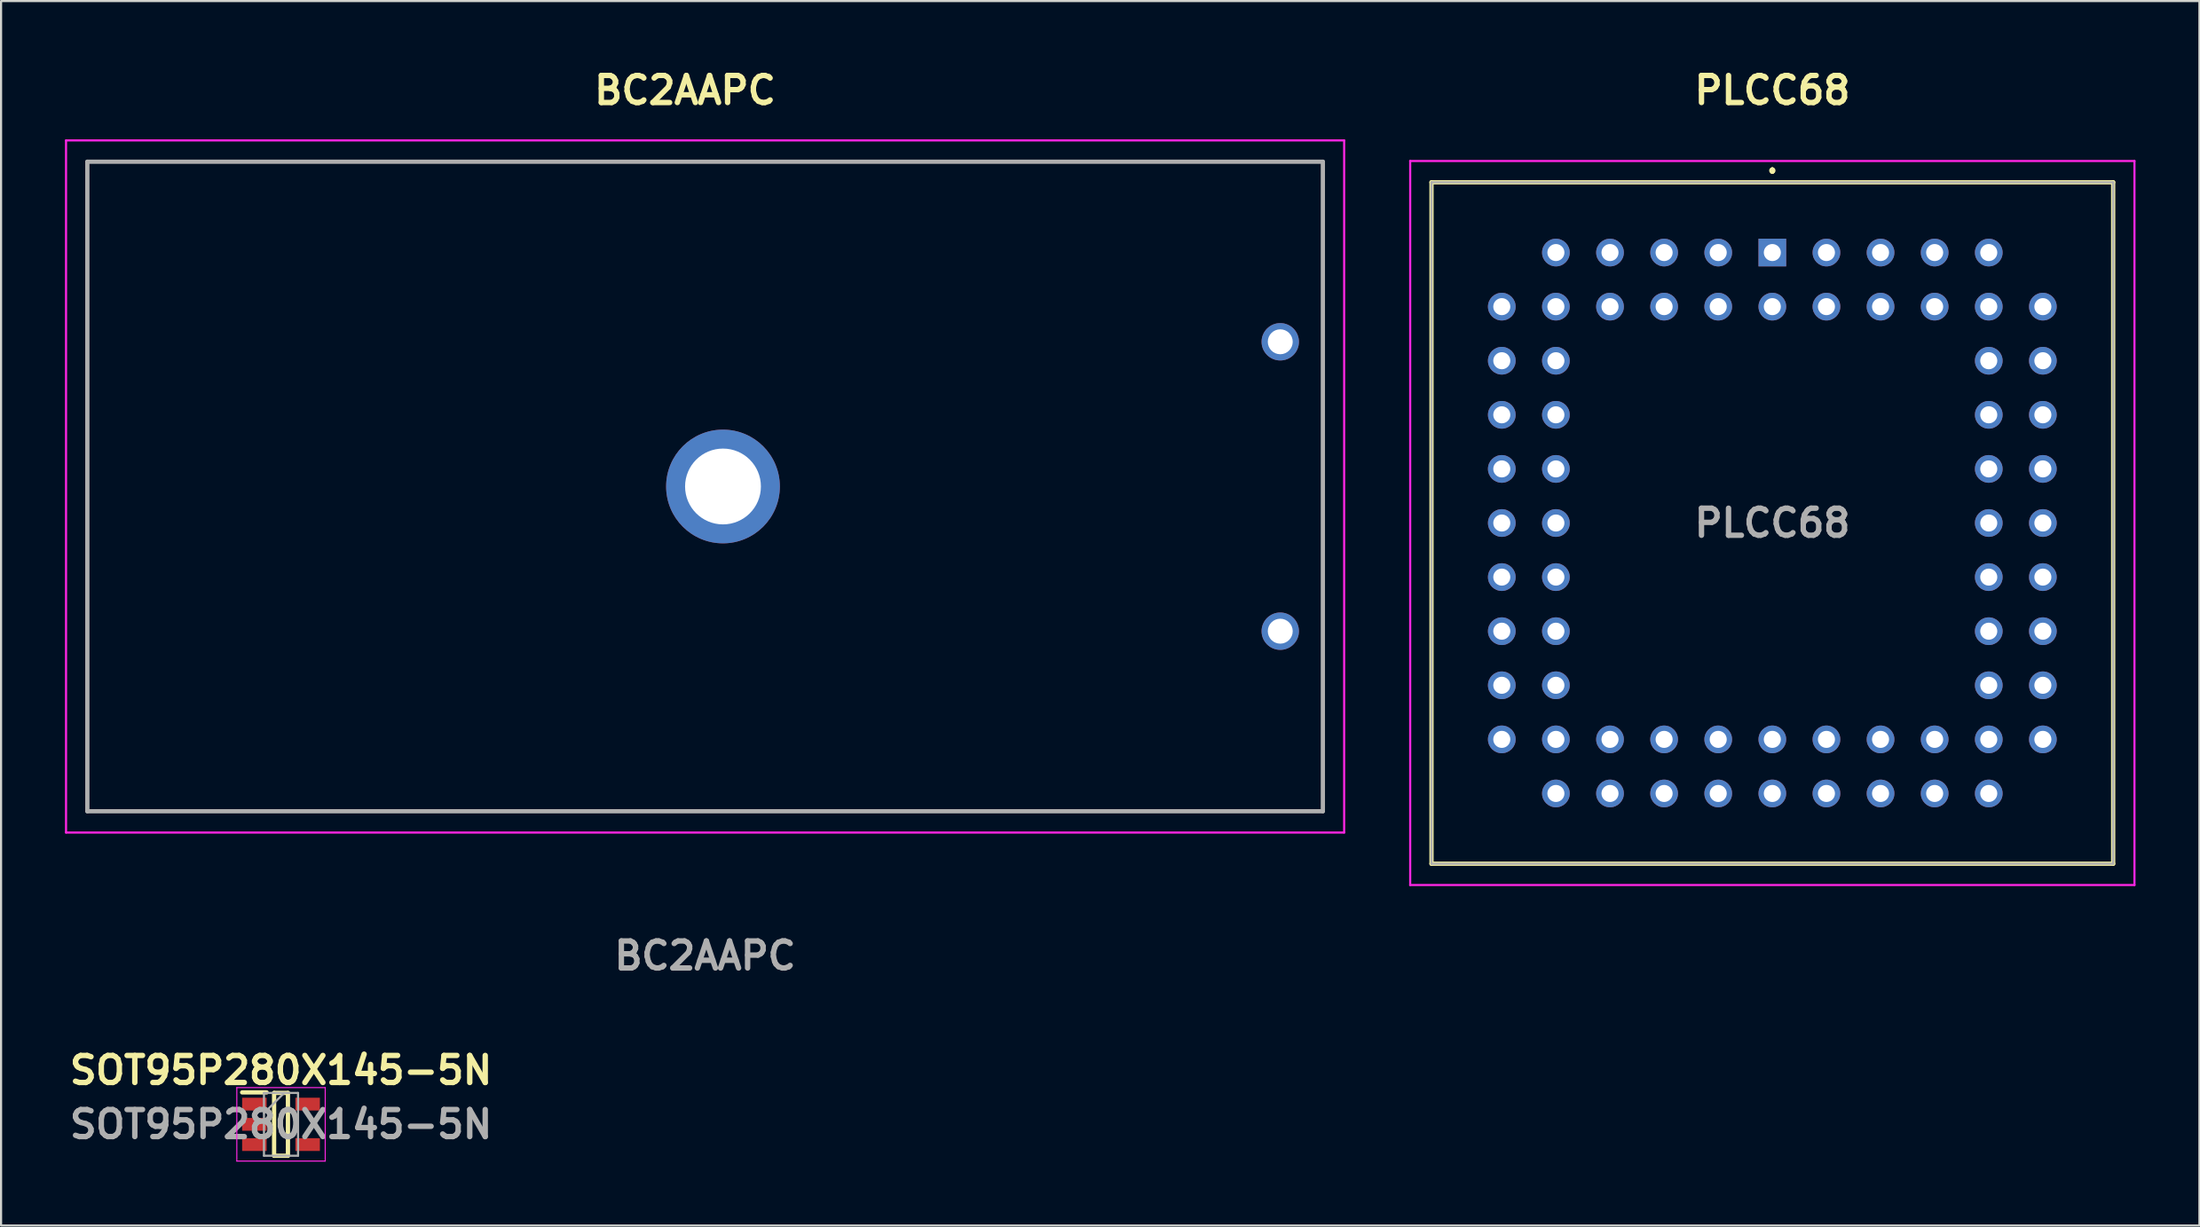
<source format=kicad_pcb>
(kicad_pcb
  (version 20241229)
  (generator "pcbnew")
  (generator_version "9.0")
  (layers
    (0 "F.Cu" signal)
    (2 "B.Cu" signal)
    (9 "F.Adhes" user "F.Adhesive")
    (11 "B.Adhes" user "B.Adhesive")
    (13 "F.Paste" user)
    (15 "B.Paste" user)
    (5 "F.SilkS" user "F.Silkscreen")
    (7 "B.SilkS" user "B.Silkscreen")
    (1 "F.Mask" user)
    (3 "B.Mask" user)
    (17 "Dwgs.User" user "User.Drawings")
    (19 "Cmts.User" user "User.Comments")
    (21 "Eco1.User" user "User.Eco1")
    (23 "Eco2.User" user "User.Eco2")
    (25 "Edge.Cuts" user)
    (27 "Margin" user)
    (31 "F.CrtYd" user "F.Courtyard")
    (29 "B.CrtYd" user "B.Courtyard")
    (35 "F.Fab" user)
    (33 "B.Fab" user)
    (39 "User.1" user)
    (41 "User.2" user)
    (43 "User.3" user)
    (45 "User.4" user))
  (footprint "BC2AAPC"
    (layer "F.Cu")
    (at 57.05 26.589)
    (property "Reference" "BC2AAPC" (at -27.94 -25.4 0) (layer "F.SilkS") (effects (font (size 1.27 1.27) (thickness 0.254))))
    (attr through_hole)
    (fp_line (start -56 -22.045) (end 2 -22.045) (stroke (width 0.1) (type solid)) (layer "F.SilkS"))
    (fp_line (start -56 8.445) (end -56 -22.045) (stroke (width 0.1) (type solid)) (layer "F.SilkS"))
    (fp_line (start 2 -22.045) (end 2 8.445) (stroke (width 0.1) (type solid)) (layer "F.SilkS"))
    (fp_line (start 2 8.445) (end -56 8.445) (stroke (width 0.1) (type solid)) (layer "F.SilkS"))
    (fp_line (start -57 -23.045) (end 3 -23.045) (stroke (width 0.1) (type solid)) (layer "F.CrtYd"))
    (fp_line (start -57 9.455) (end -57 -23.045) (stroke (width 0.1) (type solid)) (layer "F.CrtYd"))
    (fp_line (start 3 -23.045) (end 3 9.455) (stroke (width 0.1) (type solid)) (layer "F.CrtYd"))
    (fp_line (start 3 9.455) (end -57 9.455) (stroke (width 0.1) (type solid)) (layer "F.CrtYd"))
    (fp_line (start -56 -22.045) (end 2 -22.045) (stroke (width 0.2) (type solid)) (layer "F.Fab"))
    (fp_line (start -56 8.455) (end -56 -22.045) (stroke (width 0.2) (type solid)) (layer "F.Fab"))
    (fp_line (start 2 -22.045) (end 2 8.455) (stroke (width 0.2) (type solid)) (layer "F.Fab"))
    (fp_line (start 2 8.455) (end -56 8.455) (stroke (width 0.2) (type solid)) (layer "F.Fab"))
    (fp_text user "${REFERENCE}" (at -27 15.24 0) (layer "F.Fab") (effects (font (size 1.27 1.27) (thickness 0.254))))
    (pad "1" thru_hole circle (at 0 0) (size 1.755 1.755) (drill 1.17) (layers "*.Cu" "*.Mask"))
    (pad "2" thru_hole circle (at 0 -13.59) (size 1.755 1.755) (drill 1.17) (layers "*.Cu" "*.Mask"))
    (pad "MH1" thru_hole circle (at -26.16 -6.795) (size 5.34 5.34) (drill 3.56) (layers "*.Cu" "*.Mask")))
  (footprint "PLCC68"
    (layer "F.Cu")
    (at 80.15 8.809)
    (property "Reference" "PLCC68" (at 0 -7.62 0) (layer "F.SilkS") (effects (font (size 1.27 1.27) (thickness 0.254))))
    (attr through_hole)
    (fp_line (start -16 -3.3) (end 16 -3.3) (stroke (width 0.2) (type solid)) (layer "F.SilkS"))
    (fp_line (start -16 28.7) (end -16 -3.3) (stroke (width 0.2) (type solid)) (layer "F.SilkS"))
    (fp_line (start 0 -3.9) (end 0 -3.9) (stroke (width 0.2) (type solid)) (layer "F.SilkS"))
    (fp_line (start 0 -3.9) (end 0 -3.8) (stroke (width 0.2) (type solid)) (layer "F.SilkS"))
    (fp_line (start 0 -3.8) (end 0 -3.8) (stroke (width 0.2) (type solid)) (layer "F.SilkS"))
    (fp_line (start 16 -3.3) (end 16 28.7) (stroke (width 0.2) (type solid)) (layer "F.SilkS"))
    (fp_line (start 16 28.7) (end -16 28.7) (stroke (width 0.2) (type solid)) (layer "F.SilkS"))
    (fp_arc (start 0 -3.9) (mid 0.05 -3.85) (end 0 -3.8) (stroke (width 0.2) (type solid)) (layer "F.SilkS"))
    (fp_arc (start 0 -3.8) (mid -0.05 -3.85) (end 0 -3.9) (stroke (width 0.2) (type solid)) (layer "F.SilkS"))
    (fp_line (start -17 -4.3) (end 17 -4.3) (stroke (width 0.1) (type solid)) (layer "F.CrtYd"))
    (fp_line (start -17 29.7) (end -17 -4.3) (stroke (width 0.1) (type solid)) (layer "F.CrtYd"))
    (fp_line (start 17 -4.3) (end 17 29.7) (stroke (width 0.1) (type solid)) (layer "F.CrtYd"))
    (fp_line (start 17 29.7) (end -17 29.7) (stroke (width 0.1) (type solid)) (layer "F.CrtYd"))
    (fp_line (start -16 -3.3) (end -16 28.7) (stroke (width 0.1) (type solid)) (layer "F.Fab"))
    (fp_line (start -16 28.7) (end 16 28.7) (stroke (width 0.1) (type solid)) (layer "F.Fab"))
    (fp_line (start 16 -3.3) (end -16 -3.3) (stroke (width 0.1) (type solid)) (layer "F.Fab"))
    (fp_line (start 16 28.7) (end 16 -3.3) (stroke (width 0.1) (type solid)) (layer "F.Fab"))
    (fp_text user "${REFERENCE}" (at 0 12.7 0) (layer "F.Fab") (effects (font (size 1.27 1.27) (thickness 0.254))))
    (pad "1" thru_hole rect (at 0 0) (size 1.3 1.3) (drill 0.8) (layers "*.Cu" "*.Mask"))
    (pad "2" thru_hole circle (at 0 2.54) (size 1.3 1.3) (drill 0.8) (layers "*.Cu" "*.Mask"))
    (pad "3" thru_hole circle (at -2.54 0) (size 1.3 1.3) (drill 0.8) (layers "*.Cu" "*.Mask"))
    (pad "4" thru_hole circle (at -2.54 2.54) (size 1.3 1.3) (drill 0.8) (layers "*.Cu" "*.Mask"))
    (pad "5" thru_hole circle (at -5.08 0) (size 1.3 1.3) (drill 0.8) (layers "*.Cu" "*.Mask"))
    (pad "6" thru_hole circle (at -5.08 2.54) (size 1.3 1.3) (drill 0.8) (layers "*.Cu" "*.Mask"))
    (pad "7" thru_hole circle (at -7.62 0) (size 1.3 1.3) (drill 0.8) (layers "*.Cu" "*.Mask"))
    (pad "8" thru_hole circle (at -7.62 2.54) (size 1.3 1.3) (drill 0.8) (layers "*.Cu" "*.Mask"))
    (pad "9" thru_hole circle (at -10.16 0) (size 1.3 1.3) (drill 0.8) (layers "*.Cu" "*.Mask"))
    (pad "10" thru_hole circle (at -12.7 2.54) (size 1.3 1.3) (drill 0.8) (layers "*.Cu" "*.Mask"))
    (pad "11" thru_hole circle (at -10.16 2.54) (size 1.3 1.3) (drill 0.8) (layers "*.Cu" "*.Mask"))
    (pad "12" thru_hole circle (at -12.7 5.08) (size 1.3 1.3) (drill 0.8) (layers "*.Cu" "*.Mask"))
    (pad "13" thru_hole circle (at -10.16 5.08) (size 1.3 1.3) (drill 0.8) (layers "*.Cu" "*.Mask"))
    (pad "14" thru_hole circle (at -12.7 7.62) (size 1.3 1.3) (drill 0.8) (layers "*.Cu" "*.Mask"))
    (pad "15" thru_hole circle (at -10.16 7.62) (size 1.3 1.3) (drill 0.8) (layers "*.Cu" "*.Mask"))
    (pad "16" thru_hole circle (at -12.7 10.16) (size 1.3 1.3) (drill 0.8) (layers "*.Cu" "*.Mask"))
    (pad "17" thru_hole circle (at -10.16 10.16) (size 1.3 1.3) (drill 0.8) (layers "*.Cu" "*.Mask"))
    (pad "18" thru_hole circle (at -12.7 12.7) (size 1.3 1.3) (drill 0.8) (layers "*.Cu" "*.Mask"))
    (pad "19" thru_hole circle (at -10.16 12.7) (size 1.3 1.3) (drill 0.8) (layers "*.Cu" "*.Mask"))
    (pad "20" thru_hole circle (at -12.7 15.24) (size 1.3 1.3) (drill 0.8) (layers "*.Cu" "*.Mask"))
    (pad "21" thru_hole circle (at -10.16 15.24) (size 1.3 1.3) (drill 0.8) (layers "*.Cu" "*.Mask"))
    (pad "22" thru_hole circle (at -12.7 17.78) (size 1.3 1.3) (drill 0.8) (layers "*.Cu" "*.Mask"))
    (pad "23" thru_hole circle (at -10.16 17.78) (size 1.3 1.3) (drill 0.8) (layers "*.Cu" "*.Mask"))
    (pad "24" thru_hole circle (at -12.7 20.32) (size 1.3 1.3) (drill 0.8) (layers "*.Cu" "*.Mask"))
    (pad "25" thru_hole circle (at -10.16 20.32) (size 1.3 1.3) (drill 0.8) (layers "*.Cu" "*.Mask"))
    (pad "26" thru_hole circle (at -12.7 22.86) (size 1.3 1.3) (drill 0.8) (layers "*.Cu" "*.Mask"))
    (pad "27" thru_hole circle (at -10.16 25.4) (size 1.3 1.3) (drill 0.8) (layers "*.Cu" "*.Mask"))
    (pad "28" thru_hole circle (at -10.16 22.86) (size 1.3 1.3) (drill 0.8) (layers "*.Cu" "*.Mask"))
    (pad "29" thru_hole circle (at -7.62 25.4) (size 1.3 1.3) (drill 0.8) (layers "*.Cu" "*.Mask"))
    (pad "30" thru_hole circle (at -7.62 22.86) (size 1.3 1.3) (drill 0.8) (layers "*.Cu" "*.Mask"))
    (pad "31" thru_hole circle (at -5.08 25.4) (size 1.3 1.3) (drill 0.8) (layers "*.Cu" "*.Mask"))
    (pad "32" thru_hole circle (at -5.08 22.86) (size 1.3 1.3) (drill 0.8) (layers "*.Cu" "*.Mask"))
    (pad "33" thru_hole circle (at -2.54 25.4) (size 1.3 1.3) (drill 0.8) (layers "*.Cu" "*.Mask"))
    (pad "34" thru_hole circle (at -2.54 22.86) (size 1.3 1.3) (drill 0.8) (layers "*.Cu" "*.Mask"))
    (pad "35" thru_hole circle (at 0 25.4) (size 1.3 1.3) (drill 0.8) (layers "*.Cu" "*.Mask"))
    (pad "36" thru_hole circle (at 0 22.86) (size 1.3 1.3) (drill 0.8) (layers "*.Cu" "*.Mask"))
    (pad "37" thru_hole circle (at 2.54 25.4) (size 1.3 1.3) (drill 0.8) (layers "*.Cu" "*.Mask"))
    (pad "38" thru_hole circle (at 2.54 22.86) (size 1.3 1.3) (drill 0.8) (layers "*.Cu" "*.Mask"))
    (pad "39" thru_hole circle (at 5.08 25.4) (size 1.3 1.3) (drill 0.8) (layers "*.Cu" "*.Mask"))
    (pad "40" thru_hole circle (at 5.08 22.86) (size 1.3 1.3) (drill 0.8) (layers "*.Cu" "*.Mask"))
    (pad "41" thru_hole circle (at 7.62 25.4) (size 1.3 1.3) (drill 0.8) (layers "*.Cu" "*.Mask"))
    (pad "42" thru_hole circle (at 7.62 22.86) (size 1.3 1.3) (drill 0.8) (layers "*.Cu" "*.Mask"))
    (pad "43" thru_hole circle (at 10.16 25.4) (size 1.3 1.3) (drill 0.8) (layers "*.Cu" "*.Mask"))
    (pad "44" thru_hole circle (at 12.7 22.86) (size 1.3 1.3) (drill 0.8) (layers "*.Cu" "*.Mask"))
    (pad "45" thru_hole circle (at 10.16 22.86) (size 1.3 1.3) (drill 0.8) (layers "*.Cu" "*.Mask"))
    (pad "46" thru_hole circle (at 12.7 20.32) (size 1.3 1.3) (drill 0.8) (layers "*.Cu" "*.Mask"))
    (pad "47" thru_hole circle (at 10.16 20.32) (size 1.3 1.3) (drill 0.8) (layers "*.Cu" "*.Mask"))
    (pad "48" thru_hole circle (at 12.7 17.78) (size 1.3 1.3) (drill 0.8) (layers "*.Cu" "*.Mask"))
    (pad "49" thru_hole circle (at 10.16 17.78) (size 1.3 1.3) (drill 0.8) (layers "*.Cu" "*.Mask"))
    (pad "50" thru_hole circle (at 12.7 15.24) (size 1.3 1.3) (drill 0.8) (layers "*.Cu" "*.Mask"))
    (pad "51" thru_hole circle (at 10.16 15.24) (size 1.3 1.3) (drill 0.8) (layers "*.Cu" "*.Mask"))
    (pad "52" thru_hole circle (at 12.7 12.7) (size 1.3 1.3) (drill 0.8) (layers "*.Cu" "*.Mask"))
    (pad "53" thru_hole circle (at 10.16 12.7) (size 1.3 1.3) (drill 0.8) (layers "*.Cu" "*.Mask"))
    (pad "54" thru_hole circle (at 12.7 10.16) (size 1.3 1.3) (drill 0.8) (layers "*.Cu" "*.Mask"))
    (pad "55" thru_hole circle (at 10.16 10.16) (size 1.3 1.3) (drill 0.8) (layers "*.Cu" "*.Mask"))
    (pad "56" thru_hole circle (at 12.7 7.62) (size 1.3 1.3) (drill 0.8) (layers "*.Cu" "*.Mask"))
    (pad "57" thru_hole circle (at 10.16 7.62) (size 1.3 1.3) (drill 0.8) (layers "*.Cu" "*.Mask"))
    (pad "58" thru_hole circle (at 12.7 5.08) (size 1.3 1.3) (drill 0.8) (layers "*.Cu" "*.Mask"))
    (pad "59" thru_hole circle (at 10.16 5.08) (size 1.3 1.3) (drill 0.8) (layers "*.Cu" "*.Mask"))
    (pad "60" thru_hole circle (at 12.7 2.54) (size 1.3 1.3) (drill 0.8) (layers "*.Cu" "*.Mask"))
    (pad "61" thru_hole circle (at 10.16 0) (size 1.3 1.3) (drill 0.8) (layers "*.Cu" "*.Mask"))
    (pad "62" thru_hole circle (at 10.16 2.54) (size 1.3 1.3) (drill 0.8) (layers "*.Cu" "*.Mask"))
    (pad "63" thru_hole circle (at 7.62 0) (size 1.3 1.3) (drill 0.8) (layers "*.Cu" "*.Mask"))
    (pad "64" thru_hole circle (at 7.62 2.54) (size 1.3 1.3) (drill 0.8) (layers "*.Cu" "*.Mask"))
    (pad "65" thru_hole circle (at 5.08 0) (size 1.3 1.3) (drill 0.8) (layers "*.Cu" "*.Mask"))
    (pad "66" thru_hole circle (at 5.08 2.54) (size 1.3 1.3) (drill 0.8) (layers "*.Cu" "*.Mask"))
    (pad "67" thru_hole circle (at 2.54 0) (size 1.3 1.3) (drill 0.8) (layers "*.Cu" "*.Mask"))
    (pad "68" thru_hole circle (at 2.54 2.54) (size 1.3 1.3) (drill 0.8) (layers "*.Cu" "*.Mask")))
  (footprint "SOT95P280X145-5N"
    (layer "F.Cu")
    (at 10.142 49.746)
    (property "Reference" "SOT95P280X145-5N" (at 0 -2.54 0) (layer "F.SilkS") (effects (font (size 1.27 1.27) (thickness 0.254))))
    (attr smd)
    (fp_line (start -1.825 -1.5) (end -0.675 -1.5) (stroke (width 0.2) (type solid)) (layer "F.SilkS"))
    (fp_line (start -0.325 -1.475) (end 0.325 -1.475) (stroke (width 0.2) (type solid)) (layer "F.SilkS"))
    (fp_line (start -0.325 1.475) (end -0.325 -1.475) (stroke (width 0.2) (type solid)) (layer "F.SilkS"))
    (fp_line (start 0.325 -1.475) (end 0.325 1.475) (stroke (width 0.2) (type solid)) (layer "F.SilkS"))
    (fp_line (start 0.325 1.475) (end -0.325 1.475) (stroke (width 0.2) (type solid)) (layer "F.SilkS"))
    (fp_line (start -2.075 -1.725) (end 2.075 -1.725) (stroke (width 0.05) (type solid)) (layer "F.CrtYd"))
    (fp_line (start -2.075 1.725) (end -2.075 -1.725) (stroke (width 0.05) (type solid)) (layer "F.CrtYd"))
    (fp_line (start 2.075 -1.725) (end 2.075 1.725) (stroke (width 0.05) (type solid)) (layer "F.CrtYd"))
    (fp_line (start 2.075 1.725) (end -2.075 1.725) (stroke (width 0.05) (type solid)) (layer "F.CrtYd"))
    (fp_line (start -0.8 -1.475) (end 0.8 -1.475) (stroke (width 0.1) (type solid)) (layer "F.Fab"))
    (fp_line (start -0.8 -0.525) (end 0.15 -1.475) (stroke (width 0.1) (type solid)) (layer "F.Fab"))
    (fp_line (start -0.8 1.475) (end -0.8 -1.475) (stroke (width 0.1) (type solid)) (layer "F.Fab"))
    (fp_line (start 0.8 -1.475) (end 0.8 1.475) (stroke (width 0.1) (type solid)) (layer "F.Fab"))
    (fp_line (start 0.8 1.475) (end -0.8 1.475) (stroke (width 0.1) (type solid)) (layer "F.Fab"))
    (fp_text user "${REFERENCE}" (at 0 0 0) (layer "F.Fab") (effects (font (size 1.27 1.27) (thickness 0.254))))
    (pad "1" smd rect (at -1.25 -0.95 90) (size 0.6 1.15) (layers "F.Cu" "F.Mask" "F.Paste"))
    (pad "2" smd rect (at -1.25 0 90) (size 0.6 1.15) (layers "F.Cu" "F.Mask" "F.Paste"))
    (pad "3" smd rect (at -1.25 0.95 90) (size 0.6 1.15) (layers "F.Cu" "F.Mask" "F.Paste"))
    (pad "4" smd rect (at 1.25 0.95 90) (size 0.6 1.15) (layers "F.Cu" "F.Mask" "F.Paste"))
    (pad "5" smd rect (at 1.25 -0.95 90) (size 0.6 1.15) (layers "F.Cu" "F.Mask" "F.Paste")))
  (gr_rect
    (start -3 -3)
    (end 100.2 54.496)
    (stroke (width 0.1) (type default))
    (fill no)
    (layer "Edge.Cuts")))
</source>
